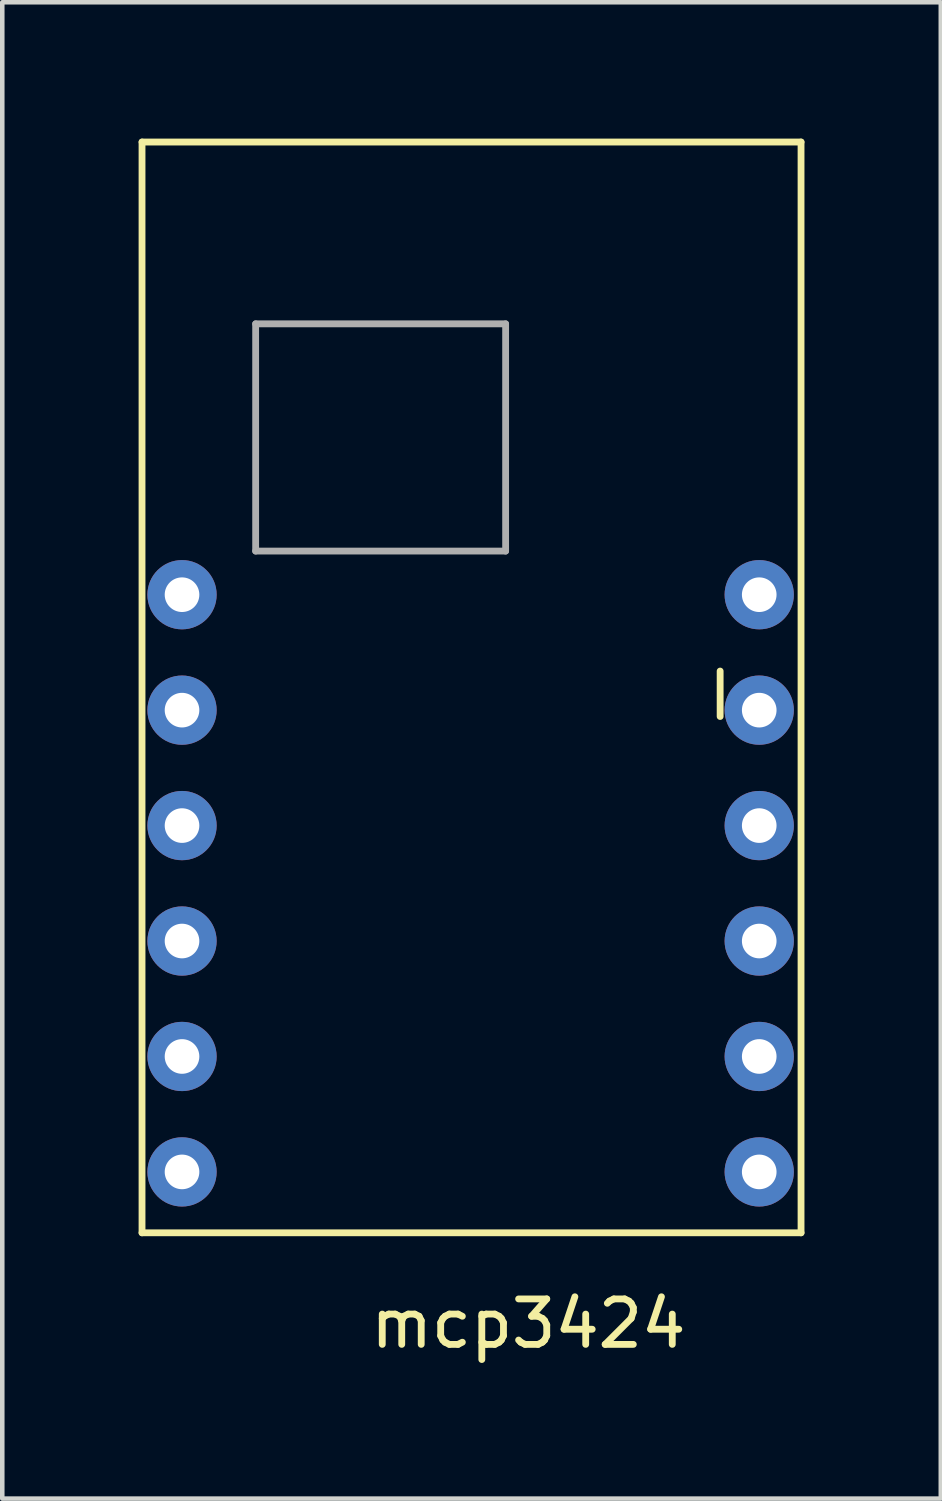
<source format=kicad_pcb>
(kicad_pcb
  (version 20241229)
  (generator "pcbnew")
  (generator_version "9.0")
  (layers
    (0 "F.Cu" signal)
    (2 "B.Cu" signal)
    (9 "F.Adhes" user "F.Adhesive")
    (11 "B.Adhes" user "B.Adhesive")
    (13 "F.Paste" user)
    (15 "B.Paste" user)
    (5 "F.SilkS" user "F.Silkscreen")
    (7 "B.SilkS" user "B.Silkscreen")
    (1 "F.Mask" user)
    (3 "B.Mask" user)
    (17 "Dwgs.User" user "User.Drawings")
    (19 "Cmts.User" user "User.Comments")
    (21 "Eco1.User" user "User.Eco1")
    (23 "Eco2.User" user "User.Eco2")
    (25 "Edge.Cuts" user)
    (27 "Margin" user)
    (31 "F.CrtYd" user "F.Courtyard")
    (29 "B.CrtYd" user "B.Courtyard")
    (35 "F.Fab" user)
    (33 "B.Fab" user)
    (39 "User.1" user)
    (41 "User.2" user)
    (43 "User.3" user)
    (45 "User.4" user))
  (footprint "mcp3424"
    (layer "F.Cu")
    (at 8.575 12.575)
    (property "Reference" "mcp3424" (at 0 13.5 0) (layer "F.SilkS") (effects (font (size 1 1) (thickness 0.15))))
    (attr through_hole)
    (fp_line (start -8.5 -12.5) (end 6 -12.5) (stroke (width 0.15) (type solid)) (layer "F.SilkS"))
    (fp_line (start -8.5 11.5) (end -8.5 -12.5) (stroke (width 0.15) (type solid)) (layer "F.SilkS"))
    (fp_line (start 4.22 -0.86) (end 4.22 0.14) (stroke (width 0.15) (type solid)) (layer "F.SilkS"))
    (fp_line (start 6 -12.5) (end 6 11.5) (stroke (width 0.15) (type solid)) (layer "F.SilkS"))
    (fp_line (start 6 11.5) (end -8.5 11.5) (stroke (width 0.15) (type solid)) (layer "F.SilkS"))
    (fp_line (start -6 -8.5) (end -0.5 -8.5) (stroke (width 0.15) (type solid)) (layer "F.Fab"))
    (fp_line (start -6 -3.5) (end -6 -8.5) (stroke (width 0.15) (type solid)) (layer "F.Fab"))
    (fp_line (start -0.5 -8.5) (end -0.5 -3.5) (stroke (width 0.15) (type solid)) (layer "F.Fab"))
    (fp_line (start -0.5 -3.5) (end -6 -3.5) (stroke (width 0.15) (type solid)) (layer "F.Fab"))
    (pad "1" thru_hole circle (at -7.62 -2.54) (size 1.524 1.524) (drill 0.762) (layers "*.Cu" "*.Mask"))
    (pad "2" thru_hole circle (at -7.62 0) (size 1.524 1.524) (drill 0.762) (layers "*.Cu" "*.Mask"))
    (pad "3" thru_hole circle (at -7.62 2.54) (size 1.524 1.524) (drill 0.762) (layers "*.Cu" "*.Mask"))
    (pad "4" thru_hole circle (at -7.62 5.08) (size 1.524 1.524) (drill 0.762) (layers "*.Cu" "*.Mask"))
    (pad "5" thru_hole circle (at -7.62 7.62) (size 1.524 1.524) (drill 0.762) (layers "*.Cu" "*.Mask"))
    (pad "6" thru_hole circle (at -7.62 10.16) (size 1.524 1.524) (drill 0.762) (layers "*.Cu" "*.Mask"))
    (pad "7" thru_hole circle (at 5.08 -2.54) (size 1.524 1.524) (drill 0.762) (layers "*.Cu" "*.Mask"))
    (pad "8" thru_hole circle (at 5.08 0) (size 1.524 1.524) (drill 0.762) (layers "*.Cu" "*.Mask"))
    (pad "9" thru_hole circle (at 5.08 2.54) (size 1.524 1.524) (drill 0.762) (layers "*.Cu" "*.Mask"))
    (pad "10" thru_hole circle (at 5.08 5.08) (size 1.524 1.524) (drill 0.762) (layers "*.Cu" "*.Mask"))
    (pad "11" thru_hole circle (at 5.08 7.62) (size 1.524 1.524) (drill 0.762) (layers "*.Cu" "*.Mask"))
    (pad "12" thru_hole circle (at 5.08 10.16) (size 1.524 1.524) (drill 0.762) (layers "*.Cu" "*.Mask")))
  (gr_rect
    (start -3 -3)
    (end 17.65 29.923)
    (stroke (width 0.1) (type default))
    (fill no)
    (layer "Edge.Cuts")))
</source>
